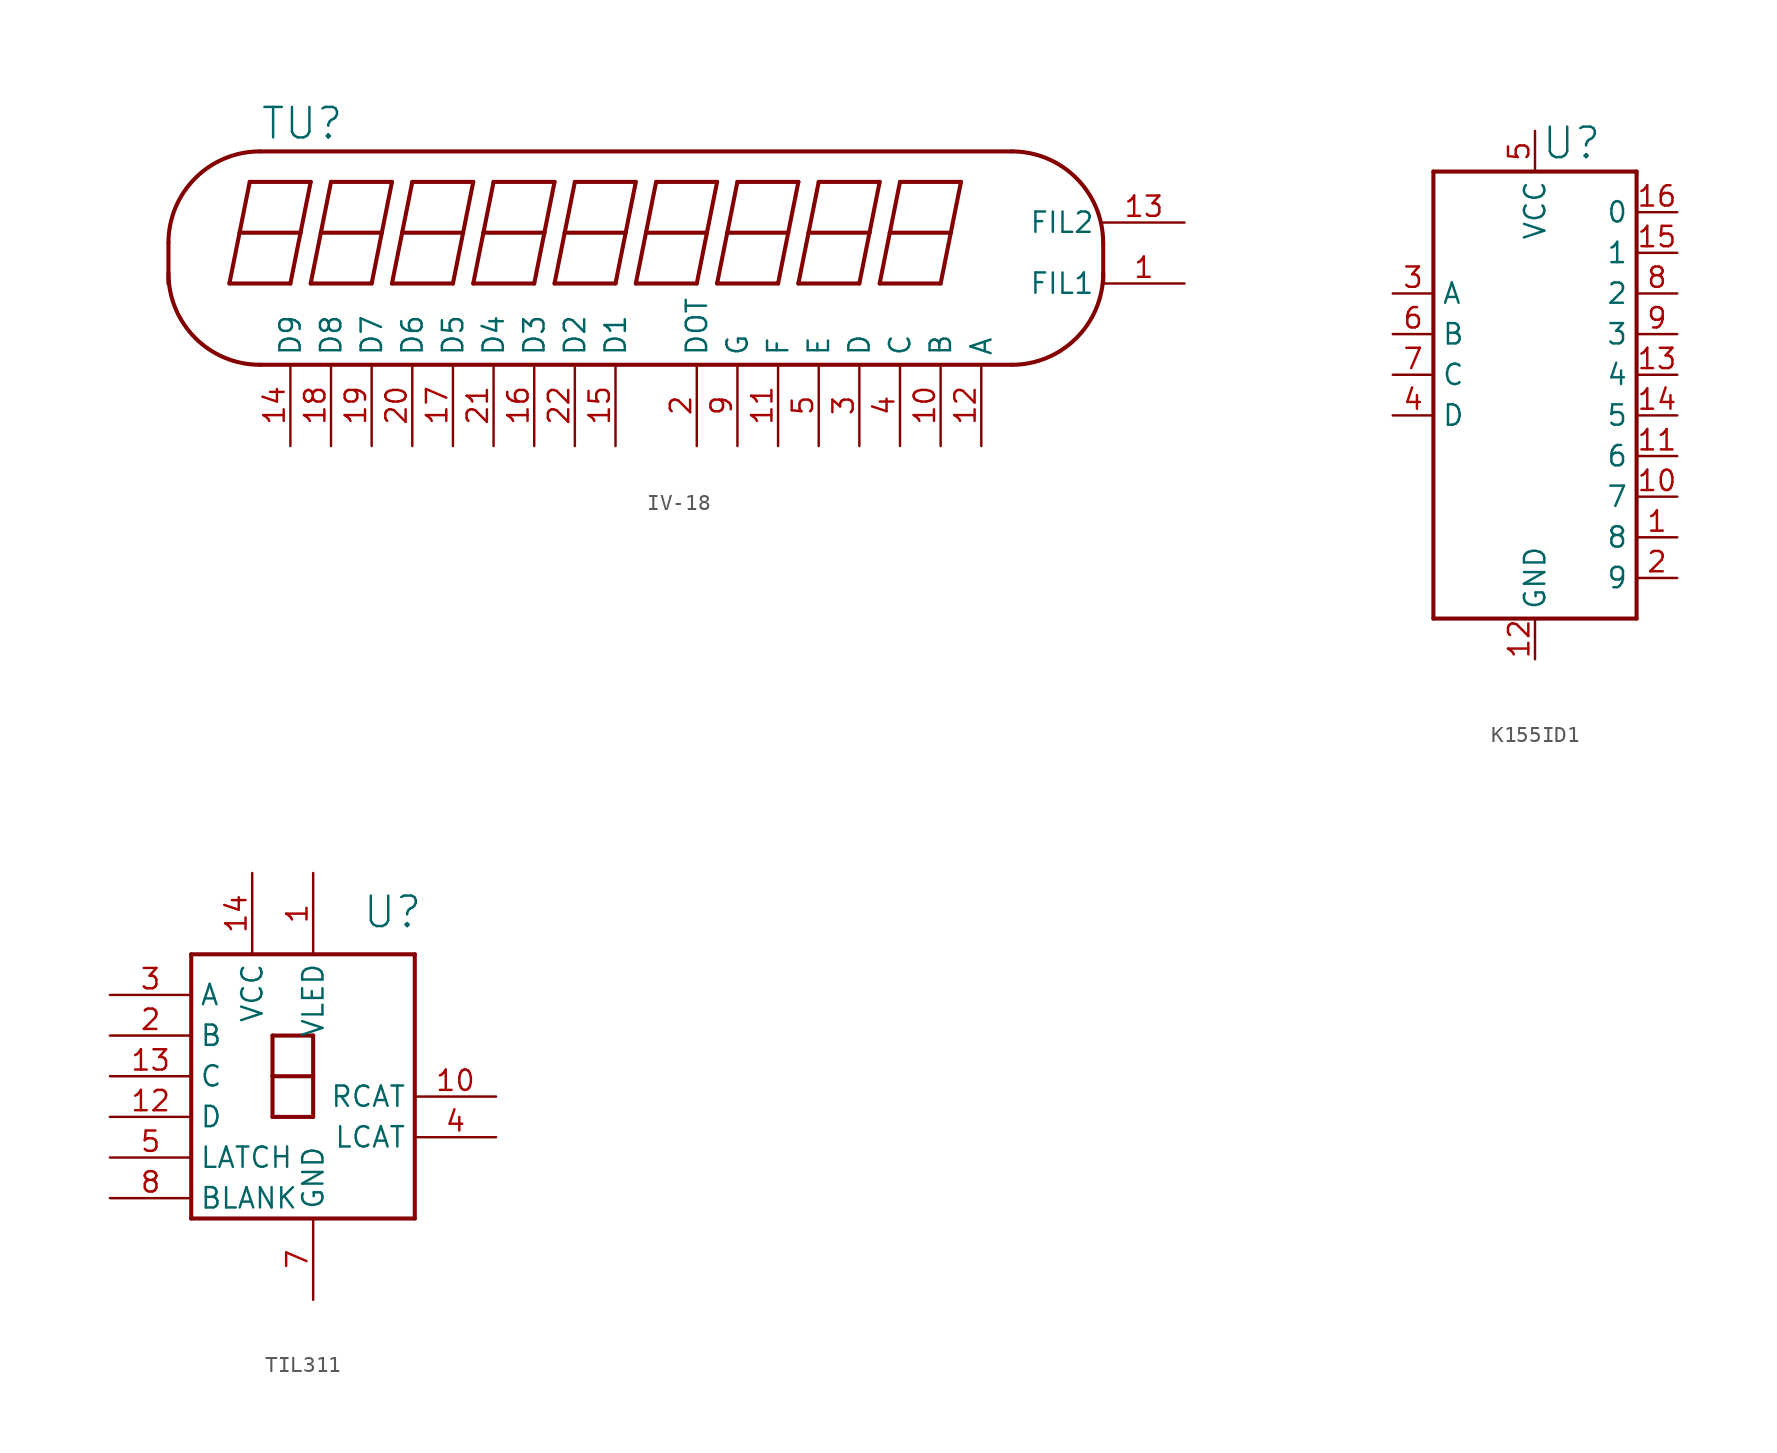
<source format=kicad_sym>
(kicad_symbol_lib
  (version 20231120)
  (generator "kicad_symbol_editor")
  (generator_version "8.0")
  (symbol "IV-18"
    (property "Reference" "TU"
      (at -22.225 6.35 0)
      (effects (font (size 1.905 1.905)) (justify left bottom)))
    (symbol "IV-18_1_0"
      (arc (start -27.94 -1.905) (mid -26.266 -5.9461) (end -22.2249 -7.6199) (stroke (width 0.254) (type solid)) (fill (type none)))
      (arc (start -22.225 5.715) (mid -26.2662 4.0411) (end -27.9401 -0.0001) (stroke (width 0.254) (type solid)) (fill (type none)))
      (polyline (pts (xy -27.94 0) (xy -27.94 -2.54)) (stroke (width 0.254) (type solid)) (fill (type none)))
      (polyline (pts (xy -24.13 -2.54) (xy -20.32 -2.54)) (stroke (width 0.254) (type solid)) (fill (type none)))
      (polyline (pts (xy -23.495 0.635) (xy -24.13 -2.54)) (stroke (width 0.254) (type solid)) (fill (type none)))
      (polyline (pts (xy -23.495 0.635) (xy -19.685 0.635)) (stroke (width 0.254) (type solid)) (fill (type none)))
      (polyline (pts (xy -22.86 3.81) (xy -23.495 0.635)) (stroke (width 0.254) (type solid)) (fill (type none)))
      (polyline (pts (xy -22.225 -7.62) (xy 24.765 -7.62)) (stroke (width 0.254) (type solid)) (fill (type none)))
      (polyline (pts (xy -20.32 -2.54) (xy -19.685 0.635)) (stroke (width 0.254) (type solid)) (fill (type none)))
      (polyline (pts (xy -19.685 0.635) (xy -19.05 3.81)) (stroke (width 0.254) (type solid)) (fill (type none)))
      (polyline (pts (xy -19.05 -2.54) (xy -15.24 -2.54)) (stroke (width 0.254) (type solid)) (fill (type none)))
      (polyline (pts (xy -19.05 3.81) (xy -22.86 3.81)) (stroke (width 0.254) (type solid)) (fill (type none)))
      (polyline (pts (xy -18.415 0.635) (xy -19.05 -2.54)) (stroke (width 0.254) (type solid)) (fill (type none)))
      (polyline (pts (xy -18.415 0.635) (xy -14.605 0.635)) (stroke (width 0.254) (type solid)) (fill (type none)))
      (polyline (pts (xy -17.78 3.81) (xy -18.415 0.635)) (stroke (width 0.254) (type solid)) (fill (type none)))
      (polyline (pts (xy -15.24 -2.54) (xy -14.605 0.635)) (stroke (width 0.254) (type solid)) (fill (type none)))
      (polyline (pts (xy -14.605 0.635) (xy -13.97 3.81)) (stroke (width 0.254) (type solid)) (fill (type none)))
      (polyline (pts (xy -13.97 -2.54) (xy -10.16 -2.54)) (stroke (width 0.254) (type solid)) (fill (type none)))
      (polyline (pts (xy -13.97 3.81) (xy -17.78 3.81)) (stroke (width 0.254) (type solid)) (fill (type none)))
      (polyline (pts (xy -13.335 0.635) (xy -13.97 -2.54)) (stroke (width 0.254) (type solid)) (fill (type none)))
      (polyline (pts (xy -13.335 0.635) (xy -9.525 0.635)) (stroke (width 0.254) (type solid)) (fill (type none)))
      (polyline (pts (xy -12.7 3.81) (xy -13.335 0.635)) (stroke (width 0.254) (type solid)) (fill (type none)))
      (polyline (pts (xy -10.16 -2.54) (xy -9.525 0.635)) (stroke (width 0.254) (type solid)) (fill (type none)))
      (polyline (pts (xy -9.525 0.635) (xy -8.89 3.81)) (stroke (width 0.254) (type solid)) (fill (type none)))
      (polyline (pts (xy -8.89 -2.54) (xy -5.08 -2.54)) (stroke (width 0.254) (type solid)) (fill (type none)))
      (polyline (pts (xy -8.89 3.81) (xy -12.7 3.81)) (stroke (width 0.254) (type solid)) (fill (type none)))
      (polyline (pts (xy -8.255 0.635) (xy -8.89 -2.54)) (stroke (width 0.254) (type solid)) (fill (type none)))
      (polyline (pts (xy -8.255 0.635) (xy -4.445 0.635)) (stroke (width 0.254) (type solid)) (fill (type none)))
      (polyline (pts (xy -7.62 3.81) (xy -8.255 0.635)) (stroke (width 0.254) (type solid)) (fill (type none)))
      (polyline (pts (xy -5.08 -2.54) (xy -4.445 0.635)) (stroke (width 0.254) (type solid)) (fill (type none)))
      (polyline (pts (xy -4.445 0.635) (xy -3.81 3.81)) (stroke (width 0.254) (type solid)) (fill (type none)))
      (polyline (pts (xy -3.81 -2.54) (xy 0 -2.54)) (stroke (width 0.254) (type solid)) (fill (type none)))
      (polyline (pts (xy -3.81 3.81) (xy -7.62 3.81)) (stroke (width 0.254) (type solid)) (fill (type none)))
      (polyline (pts (xy -3.175 0.635) (xy -3.81 -2.54)) (stroke (width 0.254) (type solid)) (fill (type none)))
      (polyline (pts (xy -3.175 0.635) (xy 0.635 0.635)) (stroke (width 0.254) (type solid)) (fill (type none)))
      (polyline (pts (xy -2.54 3.81) (xy -3.175 0.635)) (stroke (width 0.254) (type solid)) (fill (type none)))
      (polyline (pts (xy 0 -2.54) (xy 0.635 0.635)) (stroke (width 0.254) (type solid)) (fill (type none)))
      (polyline (pts (xy 0.635 0.635) (xy 1.27 3.81)) (stroke (width 0.254) (type solid)) (fill (type none)))
      (polyline (pts (xy 1.27 -2.54) (xy 5.08 -2.54)) (stroke (width 0.254) (type solid)) (fill (type none)))
      (polyline (pts (xy 1.27 3.81) (xy -2.54 3.81)) (stroke (width 0.254) (type solid)) (fill (type none)))
      (polyline (pts (xy 1.905 0.635) (xy 1.27 -2.54)) (stroke (width 0.254) (type solid)) (fill (type none)))
      (polyline (pts (xy 1.905 0.635) (xy 5.715 0.635)) (stroke (width 0.254) (type solid)) (fill (type none)))
      (polyline (pts (xy 2.54 3.81) (xy 1.905 0.635)) (stroke (width 0.254) (type solid)) (fill (type none)))
      (polyline (pts (xy 5.08 -2.54) (xy 5.715 0.635)) (stroke (width 0.254) (type solid)) (fill (type none)))
      (polyline (pts (xy 5.715 0.635) (xy 6.35 3.81)) (stroke (width 0.254) (type solid)) (fill (type none)))
      (polyline (pts (xy 6.35 -2.54) (xy 10.16 -2.54)) (stroke (width 0.254) (type solid)) (fill (type none)))
      (polyline (pts (xy 6.35 3.81) (xy 2.54 3.81)) (stroke (width 0.254) (type solid)) (fill (type none)))
      (polyline (pts (xy 6.985 0.635) (xy 6.35 -2.54)) (stroke (width 0.254) (type solid)) (fill (type none)))
      (polyline (pts (xy 6.985 0.635) (xy 10.795 0.635)) (stroke (width 0.254) (type solid)) (fill (type none)))
      (polyline (pts (xy 7.62 3.81) (xy 6.985 0.635)) (stroke (width 0.254) (type solid)) (fill (type none)))
      (polyline (pts (xy 10.16 -2.54) (xy 10.795 0.635)) (stroke (width 0.254) (type solid)) (fill (type none)))
      (polyline (pts (xy 10.795 0.635) (xy 11.43 3.81)) (stroke (width 0.254) (type solid)) (fill (type none)))
      (polyline (pts (xy 11.43 -2.54) (xy 15.24 -2.54)) (stroke (width 0.254) (type solid)) (fill (type none)))
      (polyline (pts (xy 11.43 3.81) (xy 7.62 3.81)) (stroke (width 0.254) (type solid)) (fill (type none)))
      (polyline (pts (xy 12.065 0.635) (xy 11.43 -2.54)) (stroke (width 0.254) (type solid)) (fill (type none)))
      (polyline (pts (xy 12.065 0.635) (xy 15.875 0.635)) (stroke (width 0.254) (type solid)) (fill (type none)))
      (polyline (pts (xy 12.7 3.81) (xy 12.065 0.635)) (stroke (width 0.254) (type solid)) (fill (type none)))
      (polyline (pts (xy 15.24 -2.54) (xy 15.875 0.635)) (stroke (width 0.254) (type solid)) (fill (type none)))
      (polyline (pts (xy 15.875 0.635) (xy 16.51 3.81)) (stroke (width 0.254) (type solid)) (fill (type none)))
      (polyline (pts (xy 16.51 -2.54) (xy 20.32 -2.54)) (stroke (width 0.254) (type solid)) (fill (type none)))
      (polyline (pts (xy 16.51 3.81) (xy 12.7 3.81)) (stroke (width 0.254) (type solid)) (fill (type none)))
      (polyline (pts (xy 17.145 0.635) (xy 16.51 -2.54)) (stroke (width 0.254) (type solid)) (fill (type none)))
      (polyline (pts (xy 17.145 0.635) (xy 20.955 0.635)) (stroke (width 0.254) (type solid)) (fill (type none)))
      (polyline (pts (xy 17.78 3.81) (xy 17.145 0.635)) (stroke (width 0.254) (type solid)) (fill (type none)))
      (polyline (pts (xy 20.32 -2.54) (xy 20.955 0.635)) (stroke (width 0.254) (type solid)) (fill (type none)))
      (polyline (pts (xy 20.955 0.635) (xy 21.59 3.81)) (stroke (width 0.254) (type solid)) (fill (type none)))
      (polyline (pts (xy 21.59 3.81) (xy 17.78 3.81)) (stroke (width 0.254) (type solid)) (fill (type none)))
      (polyline (pts (xy 24.765 5.715) (xy -22.225 5.715)) (stroke (width 0.254) (type solid)) (fill (type none)))
      (polyline (pts (xy 30.48 -2.54) (xy 30.48 0)) (stroke (width 0.254) (type solid)) (fill (type none)))
      (arc (start 24.765 -7.62) (mid 28.8062 -5.9461) (end 30.4801 -1.9049) (stroke (width 0.254) (type solid)) (fill (type none)))
      (arc (start 30.48 0) (mid 28.8061 4.0412) (end 24.7649 5.7149) (stroke (width 0.254) (type solid)) (fill (type none)))
      (pin power_in line (at 35.56 -2.54 180) (length 5.08) (name "FIL1" (effects (font (size 1.27 1.27)))) (number "1" (effects (font (size 1.27 1.27)))))
      (pin input line (at 20.32 -12.7 90) (length 5.08) (name "B" (effects (font (size 1.27 1.27)))) (number "10" (effects (font (size 1.27 1.27)))))
      (pin input line (at 10.16 -12.7 90) (length 5.08) (name "F" (effects (font (size 1.27 1.27)))) (number "11" (effects (font (size 1.27 1.27)))))
      (pin input line (at 22.86 -12.7 90) (length 5.08) (name "A" (effects (font (size 1.27 1.27)))) (number "12" (effects (font (size 1.27 1.27)))))
      (pin power_in line (at 35.56 1.27 180) (length 5.08) (name "FIL2" (effects (font (size 1.27 1.27)))) (number "13" (effects (font (size 1.27 1.27)))))
      (pin input line (at -20.32 -12.7 90) (length 5.08) (name "D9" (effects (font (size 1.27 1.27)))) (number "14" (effects (font (size 1.27 1.27)))))
      (pin input line (at 0 -12.7 90) (length 5.08) (name "D1" (effects (font (size 1.27 1.27)))) (number "15" (effects (font (size 1.27 1.27)))))
      (pin input line (at -5.08 -12.7 90) (length 5.08) (name "D3" (effects (font (size 1.27 1.27)))) (number "16" (effects (font (size 1.27 1.27)))))
      (pin input line (at -10.16 -12.7 90) (length 5.08) (name "D5" (effects (font (size 1.27 1.27)))) (number "17" (effects (font (size 1.27 1.27)))))
      (pin input line (at -17.78 -12.7 90) (length 5.08) (name "D8" (effects (font (size 1.27 1.27)))) (number "18" (effects (font (size 1.27 1.27)))))
      (pin input line (at -15.24 -12.7 90) (length 5.08) (name "D7" (effects (font (size 1.27 1.27)))) (number "19" (effects (font (size 1.27 1.27)))))
      (pin input line (at 5.08 -12.7 90) (length 5.08) (name "DOT" (effects (font (size 1.27 1.27)))) (number "2" (effects (font (size 1.27 1.27)))))
      (pin input line (at -12.7 -12.7 90) (length 5.08) (name "D6" (effects (font (size 1.27 1.27)))) (number "20" (effects (font (size 1.27 1.27)))))
      (pin input line (at -7.62 -12.7 90) (length 5.08) (name "D4" (effects (font (size 1.27 1.27)))) (number "21" (effects (font (size 1.27 1.27)))))
      (pin input line (at -2.54 -12.7 90) (length 5.08) (name "D2" (effects (font (size 1.27 1.27)))) (number "22" (effects (font (size 1.27 1.27)))))
      (pin input line (at 15.24 -12.7 90) (length 5.08) (name "D" (effects (font (size 1.27 1.27)))) (number "3" (effects (font (size 1.27 1.27)))))
      (pin input line (at 17.78 -12.7 90) (length 5.08) (name "C" (effects (font (size 1.27 1.27)))) (number "4" (effects (font (size 1.27 1.27)))))
      (pin input line (at 12.7 -12.7 90) (length 5.08) (name "E" (effects (font (size 1.27 1.27)))) (number "5" (effects (font (size 1.27 1.27)))))
      (pin input line (at 7.62 -12.7 90) (length 5.08) (name "G" (effects (font (size 1.27 1.27)))) (number "9" (effects (font (size 1.27 1.27)))))))
  (symbol "K155ID1"
    (property "Reference" "U"
      (at 2.286 15.748 0)
      (effects (font (size 1.905 1.905))))
    (symbol "K155ID1_1_0"
      (polyline (pts (xy -6.35 -13.97) (xy 6.35 -13.97)) (stroke (width 0.254) (type solid)) (fill (type none)))
      (polyline (pts (xy -6.35 13.97) (xy -6.35 -13.97)) (stroke (width 0.254) (type solid)) (fill (type none)))
      (polyline (pts (xy 6.35 -13.97) (xy 6.35 13.97)) (stroke (width 0.254) (type solid)) (fill (type none)))
      (polyline (pts (xy 6.35 13.97) (xy -6.35 13.97)) (stroke (width 0.254) (type solid)) (fill (type none)))
      (pin bidirectional line (at 8.89 -8.89 180) (length 2.54) (name "8" (effects (font (size 1.27 1.27)))) (number "1" (effects (font (size 1.27 1.27)))))
      (pin bidirectional line (at 8.89 -6.35 180) (length 2.54) (name "7" (effects (font (size 1.27 1.27)))) (number "10" (effects (font (size 1.27 1.27)))))
      (pin bidirectional line (at 8.89 -3.81 180) (length 2.54) (name "6" (effects (font (size 1.27 1.27)))) (number "11" (effects (font (size 1.27 1.27)))))
      (pin power_in line (at 0 -16.51 90) (length 2.54) (name "GND" (effects (font (size 1.27 1.27)))) (number "12" (effects (font (size 1.27 1.27)))))
      (pin bidirectional line (at 8.89 1.27 180) (length 2.54) (name "4" (effects (font (size 1.27 1.27)))) (number "13" (effects (font (size 1.27 1.27)))))
      (pin bidirectional line (at 8.89 -1.27 180) (length 2.54) (name "5" (effects (font (size 1.27 1.27)))) (number "14" (effects (font (size 1.27 1.27)))))
      (pin open_collector line (at 8.89 8.89 180) (length 2.54) (name "1" (effects (font (size 1.27 1.27)))) (number "15" (effects (font (size 1.27 1.27)))))
      (pin open_collector line (at 8.89 11.43 180) (length 2.54) (name "0" (effects (font (size 1.27 1.27)))) (number "16" (effects (font (size 1.27 1.27)))))
      (pin bidirectional line (at 8.89 -11.43 180) (length 2.54) (name "9" (effects (font (size 1.27 1.27)))) (number "2" (effects (font (size 1.27 1.27)))))
      (pin bidirectional line (at -8.89 6.35 0) (length 2.54) (name "A" (effects (font (size 1.27 1.27)))) (number "3" (effects (font (size 1.27 1.27)))))
      (pin bidirectional line (at -8.89 -1.27 0) (length 2.54) (name "D" (effects (font (size 1.27 1.27)))) (number "4" (effects (font (size 1.27 1.27)))))
      (pin power_in line (at 0 16.51 270) (length 2.54) (name "VCC" (effects (font (size 1.27 1.27)))) (number "5" (effects (font (size 1.27 1.27)))))
      (pin bidirectional line (at -8.89 3.81 0) (length 2.54) (name "B" (effects (font (size 1.27 1.27)))) (number "6" (effects (font (size 1.27 1.27)))))
      (pin bidirectional line (at -8.89 1.27 0) (length 2.54) (name "C" (effects (font (size 1.27 1.27)))) (number "7" (effects (font (size 1.27 1.27)))))
      (pin open_collector line (at 8.89 6.35 180) (length 2.54) (name "2" (effects (font (size 1.27 1.27)))) (number "8" (effects (font (size 1.27 1.27)))))
      (pin open_collector line (at 8.89 3.81 180) (length 2.54) (name "3" (effects (font (size 1.27 1.27)))) (number "9" (effects (font (size 1.27 1.27)))))))
  (symbol "TIL311"
    (property "Reference" "U"
      (at 3.048 14.224 0)
      (effects (font (size 1.905 1.905)) (justify left bottom)))
    (symbol "TIL311_1_0"
      (polyline (pts (xy -7.62 -3.81) (xy -7.62 12.7)) (stroke (width 0.254) (type solid)) (fill (type none)))
      (polyline (pts (xy -7.62 12.7) (xy 6.35 12.7)) (stroke (width 0.254) (type solid)) (fill (type none)))
      (polyline (pts (xy -2.54 2.54) (xy -2.54 5.08)) (stroke (width 0.254) (type solid)) (fill (type none)))
      (polyline (pts (xy -2.54 5.08) (xy 0 5.08)) (stroke (width 0.254) (type solid)) (fill (type none)))
      (polyline (pts (xy -2.54 7.62) (xy -2.54 5.08)) (stroke (width 0.254) (type solid)) (fill (type none)))
      (polyline (pts (xy -2.54 7.62) (xy 0 7.62)) (stroke (width 0.254) (type solid)) (fill (type none)))
      (polyline (pts (xy 0 2.54) (xy -2.54 2.54)) (stroke (width 0.254) (type solid)) (fill (type none)))
      (polyline (pts (xy 0 5.08) (xy 0 2.54)) (stroke (width 0.254) (type solid)) (fill (type none)))
      (polyline (pts (xy 0 7.62) (xy 0 5.08)) (stroke (width 0.254) (type solid)) (fill (type none)))
      (polyline (pts (xy 6.35 -3.81) (xy -7.62 -3.81)) (stroke (width 0.254) (type solid)) (fill (type none)))
      (polyline (pts (xy 6.35 12.7) (xy 6.35 -3.81)) (stroke (width 0.254) (type solid)) (fill (type none)))
      (pin power_in line (at 0 17.78 270) (length 5.08) (name "VLED" (effects (font (size 1.27 1.27)))) (number "1" (effects (font (size 1.27 1.27)))))
      (pin bidirectional line (at 11.43 3.81 180) (length 5.08) (name "RCAT" (effects (font (size 1.27 1.27)))) (number "10" (effects (font (size 1.27 1.27)))))
      (pin bidirectional line (at -12.7 2.54 0) (length 5.08) (name "D" (effects (font (size 1.27 1.27)))) (number "12" (effects (font (size 1.27 1.27)))))
      (pin bidirectional line (at -12.7 5.08 0) (length 5.08) (name "C" (effects (font (size 1.27 1.27)))) (number "13" (effects (font (size 1.27 1.27)))))
      (pin power_in line (at -3.81 17.78 270) (length 5.08) (name "VCC" (effects (font (size 1.27 1.27)))) (number "14" (effects (font (size 1.27 1.27)))))
      (pin bidirectional line (at -12.7 7.62 0) (length 5.08) (name "B" (effects (font (size 1.27 1.27)))) (number "2" (effects (font (size 1.27 1.27)))))
      (pin bidirectional line (at -12.7 10.16 0) (length 5.08) (name "A" (effects (font (size 1.27 1.27)))) (number "3" (effects (font (size 1.27 1.27)))))
      (pin bidirectional line (at 11.43 1.27 180) (length 5.08) (name "LCAT" (effects (font (size 1.27 1.27)))) (number "4" (effects (font (size 1.27 1.27)))))
      (pin bidirectional line (at -12.7 0 0) (length 5.08) (name "LATCH" (effects (font (size 1.27 1.27)))) (number "5" (effects (font (size 1.27 1.27)))))
      (pin power_in line (at 0 -8.89 90) (length 5.08) (name "GND" (effects (font (size 1.27 1.27)))) (number "7" (effects (font (size 1.27 1.27)))))
      (pin bidirectional line (at -12.7 -2.54 0) (length 5.08) (name "BLANK" (effects (font (size 1.27 1.27)))) (number "8" (effects (font (size 1.27 1.27))))))))
</source>
